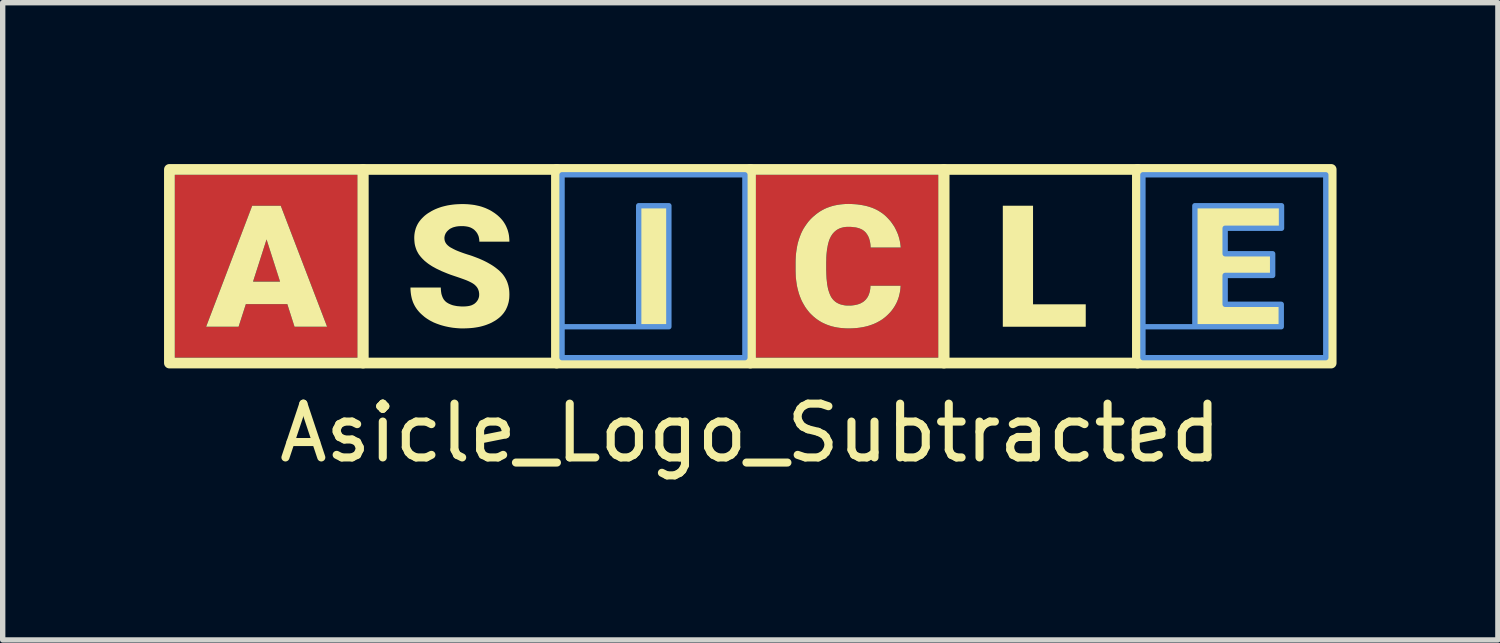
<source format=kicad_pcb>
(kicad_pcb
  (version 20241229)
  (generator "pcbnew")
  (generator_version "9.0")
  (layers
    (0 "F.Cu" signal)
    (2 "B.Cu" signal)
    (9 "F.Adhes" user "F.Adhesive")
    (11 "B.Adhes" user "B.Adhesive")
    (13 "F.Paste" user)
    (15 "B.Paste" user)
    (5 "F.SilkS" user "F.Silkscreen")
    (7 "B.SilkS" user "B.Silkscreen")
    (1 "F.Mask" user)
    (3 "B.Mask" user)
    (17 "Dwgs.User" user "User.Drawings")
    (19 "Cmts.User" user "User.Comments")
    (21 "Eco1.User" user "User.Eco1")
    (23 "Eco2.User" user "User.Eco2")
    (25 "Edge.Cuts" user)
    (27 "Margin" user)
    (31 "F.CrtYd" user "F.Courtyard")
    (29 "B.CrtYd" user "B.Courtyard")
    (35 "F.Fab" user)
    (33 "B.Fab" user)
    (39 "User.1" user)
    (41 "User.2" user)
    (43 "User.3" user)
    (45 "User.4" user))
  (footprint "Asicle_Logo_Subtracted"
    (layer "F.Cu")
    (at 10.9 2)
    (property "Reference" "Asicle_Logo_Subtracted" (at 0 3 0) (layer "F.SilkS") (effects (font (size 1 1) (thickness 0.15))))
    (fp_rect (start -10.8 -1.9) (end 10.8 1.7) (stroke (width 0.05) (type default)) (fill no) (layer "F.Cu"))
    (fp_poly (pts (xy -8.742 0.185) (xy -9.244 0.185) (xy -8.994 -0.598)) (stroke (width 0) (type solid)) (fill yes) (layer "F.Cu"))
    (fp_poly (pts (xy -7.3 1.6) (xy -10.7 1.6) (xy -10.7 1.025) (xy -10.118 1.025) (xy -9.514 1.025) (xy -9.379 0.605) (xy -8.608 0.605) (xy -8.473 1.025) (xy -7.868 1.025) (xy -8.73 -1.225) (xy -9.26 -1.225) (xy -10.118 1.025) (xy -10.7 1.025) (xy -10.7 -1.8) (xy -7.3 -1.8)) (stroke (width 0) (type solid)) (fill yes) (layer "F.Cu"))
    (fp_poly (pts (xy 3.5 1.6) (xy 0.1 1.6) (xy 0.1 -0.014) (xy 0.842 -0.014) (xy 0.844 0.047) (xy 0.848 0.107) (xy 0.853 0.165) (xy 0.861 0.221) (xy 0.871 0.275) (xy 0.882 0.328) (xy 0.896 0.379) (xy 0.912 0.429) (xy 0.929 0.477) (xy 0.949 0.524) (xy 0.97 0.568) (xy 0.994 0.612) (xy 1.019 0.653) (xy 1.047 0.693) (xy 1.076 0.732) (xy 1.108 0.768) (xy 1.141 0.803) (xy 1.176 0.836) (xy 1.212 0.866) (xy 1.25 0.894) (xy 1.29 0.92) (xy 1.331 0.943) (xy 1.374 0.965) (xy 1.418 0.984) (xy 1.464 1.001) (xy 1.512 1.015) (xy 1.561 1.028) (xy 1.612 1.038) (xy 1.664 1.046) (xy 1.718 1.051) (xy 1.774 1.055) (xy 1.831 1.056) (xy 1.884 1.055) (xy 1.936 1.052) (xy 1.986 1.048) (xy 2.035 1.042) (xy 2.083 1.034) (xy 2.13 1.025) (xy 2.175 1.014) (xy 2.219 1.001) (xy 2.261 0.986) (xy 2.302 0.97) (xy 2.342 0.952) (xy 2.38 0.932) (xy 2.417 0.911) (xy 2.453 0.887) (xy 2.487 0.863) (xy 2.52 0.836) (xy 2.551 0.808) (xy 2.581 0.779) (xy 2.608 0.749) (xy 2.634 0.718) (xy 2.658 0.686) (xy 2.68 0.653) (xy 2.7 0.618) (xy 2.718 0.583) (xy 2.734 0.547) (xy 2.748 0.509) (xy 2.761 0.471) (xy 2.772 0.431) (xy 2.78 0.391) (xy 2.787 0.349) (xy 2.792 0.307) (xy 2.795 0.263) (xy 2.235 0.263) (xy 2.232 0.307) (xy 2.229 0.329) (xy 2.226 0.349) (xy 2.222 0.369) (xy 2.217 0.388) (xy 2.212 0.406) (xy 2.205 0.424) (xy 2.198 0.441) (xy 2.19 0.457) (xy 2.182 0.472) (xy 2.173 0.487) (xy 2.163 0.501) (xy 2.152 0.514) (xy 2.14 0.527) (xy 2.128 0.539) (xy 2.115 0.55) (xy 2.101 0.56) (xy 2.087 0.57) (xy 2.072 0.579) (xy 2.056 0.587) (xy 2.039 0.595) (xy 2.021 0.602) (xy 2.003 0.608) (xy 1.984 0.613) (xy 1.964 0.618) (xy 1.944 0.622) (xy 1.923 0.625) (xy 1.878 0.629) (xy 1.831 0.631) (xy 1.803 0.63) (xy 1.775 0.628) (xy 1.749 0.625) (xy 1.737 0.623) (xy 1.725 0.621) (xy 1.712 0.619) (xy 1.701 0.616) (xy 1.689 0.613) (xy 1.678 0.609) (xy 1.667 0.605) (xy 1.656 0.601) (xy 1.645 0.597) (xy 1.635 0.592) (xy 1.625 0.587) (xy 1.616 0.582) (xy 1.606 0.576) (xy 1.597 0.571) (xy 1.588 0.564) (xy 1.579 0.558) (xy 1.571 0.551) (xy 1.563 0.544) (xy 1.555 0.537) (xy 1.547 0.529) (xy 1.54 0.521) (xy 1.533 0.513) (xy 1.526 0.504) (xy 1.519 0.495) (xy 1.513 0.486) (xy 1.507 0.476) (xy 1.496 0.456) (xy 1.485 0.434) (xy 1.475 0.411) (xy 1.466 0.386) (xy 1.457 0.359) (xy 1.45 0.331) (xy 1.443 0.301) (xy 1.436 0.27) (xy 1.431 0.237) (xy 1.426 0.202) (xy 1.422 0.166) (xy 1.418 0.128) (xy 1.416 0.089) (xy 1.414 0.048) (xy 1.413 -0.038) (xy 1.413 -0.176) (xy 1.413 -0.219) (xy 1.415 -0.261) (xy 1.417 -0.301) (xy 1.42 -0.339) (xy 1.423 -0.376) (xy 1.428 -0.412) (xy 1.433 -0.446) (xy 1.439 -0.478) (xy 1.446 -0.509) (xy 1.453 -0.538) (xy 1.462 -0.565) (xy 1.471 -0.591) (xy 1.481 -0.616) (xy 1.491 -0.639) (xy 1.503 -0.66) (xy 1.515 -0.68) (xy 1.528 -0.698) (xy 1.542 -0.716) (xy 1.557 -0.732) (xy 1.572 -0.747) (xy 1.588 -0.76) (xy 1.606 -0.773) (xy 1.624 -0.784) (xy 1.642 -0.794) (xy 1.662 -0.803) (xy 1.683 -0.811) (xy 1.704 -0.818) (xy 1.726 -0.823) (xy 1.749 -0.827) (xy 1.773 -0.83) (xy 1.797 -0.832) (xy 1.823 -0.833) (xy 1.85 -0.832) (xy 1.877 -0.831) (xy 1.902 -0.829) (xy 1.927 -0.827) (xy 1.95 -0.823) (xy 1.972 -0.819) (xy 1.994 -0.814) (xy 2.014 -0.808) (xy 2.033 -0.802) (xy 2.051 -0.795) (xy 2.069 -0.787) (xy 2.085 -0.778) (xy 2.1 -0.769) (xy 2.114 -0.758) (xy 2.127 -0.747) (xy 2.139 -0.735) (xy 2.15 -0.723) (xy 2.161 -0.71) (xy 2.17 -0.696) (xy 2.18 -0.681) (xy 2.188 -0.666) (xy 2.196 -0.649) (xy 2.203 -0.633) (xy 2.21 -0.615) (xy 2.216 -0.597) (xy 2.221 -0.578) (xy 2.225 -0.558) (xy 2.229 -0.537) (xy 2.232 -0.516) (xy 2.235 -0.494) (xy 2.237 -0.472) (xy 2.238 -0.448) (xy 2.799 -0.448) (xy 2.794 -0.492) (xy 2.787 -0.534) (xy 2.779 -0.575) (xy 2.769 -0.616) (xy 2.758 -0.655) (xy 2.745 -0.694) (xy 2.73 -0.732) (xy 2.714 -0.768) (xy 2.696 -0.804) (xy 2.676 -0.839) (xy 2.655 -0.873) (xy 2.632 -0.905) (xy 2.607 -0.937) (xy 2.581 -0.968) (xy 2.553 -0.998) (xy 2.523 -1.027) (xy 2.492 -1.055) (xy 2.459 -1.081) (xy 2.424 -1.106) (xy 2.388 -1.128) (xy 2.35 -1.149) (xy 2.31 -1.168) (xy 2.269 -1.185) (xy 2.226 -1.2) (xy 2.182 -1.214) (xy 2.135 -1.225) (xy 2.088 -1.235) (xy 2.038 -1.243) (xy 1.987 -1.25) (xy 1.934 -1.254) (xy 1.879 -1.257) (xy 1.823 -1.258) (xy 1.823 -1.258) (xy 1.768 -1.257) (xy 1.715 -1.253) (xy 1.663 -1.247) (xy 1.612 -1.239) (xy 1.563 -1.229) (xy 1.515 -1.216) (xy 1.468 -1.201) (xy 1.423 -1.184) (xy 1.379 -1.164) (xy 1.336 -1.142) (xy 1.295 -1.118) (xy 1.255 -1.092) (xy 1.217 -1.063) (xy 1.18 -1.032) (xy 1.144 -0.998) (xy 1.11 -0.962) (xy 1.077 -0.925) (xy 1.047 -0.886) (xy 1.019 -0.845) (xy 0.993 -0.802) (xy 0.969 -0.758) (xy 0.947 -0.712) (xy 0.927 -0.664) (xy 0.909 -0.615) (xy 0.893 -0.564) (xy 0.88 -0.511) (xy 0.868 -0.457) (xy 0.859 -0.401) (xy 0.851 -0.343) (xy 0.846 -0.284) (xy 0.843 -0.223) (xy 0.842 -0.16) (xy 0.842 -0.014) (xy 0.1 -0.014) (xy 0.1 -1.8) (xy 3.5 -1.8)) (stroke (width 0) (type solid)) (fill yes) (layer "F.Cu"))
    (fp_poly (pts (xy 7.1 1.6) (xy 3.7 1.6) (xy 3.7 -1.225) (xy 4.695 -1.225) (xy 4.695 1.025) (xy 6.237 1.025) (xy 6.237 0.608) (xy 5.258 0.608) (xy 5.258 -1.225) (xy 4.695 -1.225) (xy 3.7 -1.225) (xy 3.7 -1.8) (xy 7.1 -1.8)) (stroke (width 0) (type solid)) (fill yes) (layer "F.Mask"))
    (fp_poly (pts (xy 3.5 1.6) (xy 0.1 1.6) (xy 0.1 -0.014) (xy 0.842 -0.014) (xy 0.844 0.047) (xy 0.848 0.107) (xy 0.853 0.165) (xy 0.861 0.221) (xy 0.871 0.275) (xy 0.882 0.328) (xy 0.896 0.379) (xy 0.912 0.429) (xy 0.929 0.477) (xy 0.949 0.524) (xy 0.97 0.568) (xy 0.994 0.612) (xy 1.019 0.653) (xy 1.047 0.693) (xy 1.076 0.732) (xy 1.108 0.768) (xy 1.141 0.803) (xy 1.176 0.836) (xy 1.212 0.866) (xy 1.25 0.894) (xy 1.29 0.92) (xy 1.331 0.943) (xy 1.374 0.965) (xy 1.418 0.984) (xy 1.464 1.001) (xy 1.512 1.015) (xy 1.561 1.028) (xy 1.612 1.038) (xy 1.664 1.046) (xy 1.718 1.051) (xy 1.774 1.055) (xy 1.831 1.056) (xy 1.884 1.055) (xy 1.936 1.052) (xy 1.986 1.048) (xy 2.035 1.042) (xy 2.083 1.034) (xy 2.13 1.025) (xy 2.175 1.014) (xy 2.219 1.001) (xy 2.261 0.986) (xy 2.302 0.97) (xy 2.342 0.952) (xy 2.38 0.932) (xy 2.417 0.911) (xy 2.453 0.887) (xy 2.487 0.863) (xy 2.52 0.836) (xy 2.551 0.808) (xy 2.581 0.779) (xy 2.608 0.749) (xy 2.634 0.718) (xy 2.658 0.686) (xy 2.68 0.653) (xy 2.7 0.618) (xy 2.718 0.583) (xy 2.734 0.547) (xy 2.748 0.509) (xy 2.761 0.471) (xy 2.772 0.431) (xy 2.78 0.391) (xy 2.787 0.349) (xy 2.792 0.307) (xy 2.795 0.263) (xy 2.235 0.263) (xy 2.232 0.307) (xy 2.229 0.329) (xy 2.226 0.349) (xy 2.222 0.369) (xy 2.217 0.388) (xy 2.212 0.406) (xy 2.205 0.424) (xy 2.198 0.441) (xy 2.19 0.457) (xy 2.182 0.472) (xy 2.173 0.487) (xy 2.163 0.501) (xy 2.152 0.514) (xy 2.14 0.527) (xy 2.128 0.539) (xy 2.115 0.55) (xy 2.101 0.56) (xy 2.087 0.57) (xy 2.072 0.579) (xy 2.056 0.587) (xy 2.039 0.595) (xy 2.021 0.602) (xy 2.003 0.608) (xy 1.984 0.613) (xy 1.964 0.618) (xy 1.944 0.622) (xy 1.923 0.625) (xy 1.878 0.629) (xy 1.831 0.631) (xy 1.803 0.63) (xy 1.775 0.628) (xy 1.749 0.625) (xy 1.737 0.623) (xy 1.725 0.621) (xy 1.712 0.619) (xy 1.701 0.616) (xy 1.689 0.613) (xy 1.678 0.609) (xy 1.667 0.605) (xy 1.656 0.601) (xy 1.645 0.597) (xy 1.635 0.592) (xy 1.625 0.587) (xy 1.616 0.582) (xy 1.606 0.576) (xy 1.597 0.571) (xy 1.588 0.564) (xy 1.579 0.558) (xy 1.571 0.551) (xy 1.563 0.544) (xy 1.555 0.537) (xy 1.547 0.529) (xy 1.54 0.521) (xy 1.533 0.513) (xy 1.526 0.504) (xy 1.519 0.495) (xy 1.513 0.486) (xy 1.507 0.476) (xy 1.496 0.456) (xy 1.485 0.434) (xy 1.475 0.411) (xy 1.466 0.386) (xy 1.457 0.359) (xy 1.45 0.331) (xy 1.443 0.301) (xy 1.436 0.27) (xy 1.431 0.237) (xy 1.426 0.202) (xy 1.422 0.166) (xy 1.418 0.128) (xy 1.416 0.089) (xy 1.414 0.048) (xy 1.413 -0.038) (xy 1.413 -0.176) (xy 1.413 -0.219) (xy 1.415 -0.261) (xy 1.417 -0.301) (xy 1.42 -0.339) (xy 1.423 -0.376) (xy 1.428 -0.412) (xy 1.433 -0.446) (xy 1.439 -0.478) (xy 1.446 -0.509) (xy 1.453 -0.538) (xy 1.462 -0.565) (xy 1.471 -0.591) (xy 1.481 -0.616) (xy 1.491 -0.639) (xy 1.503 -0.66) (xy 1.515 -0.68) (xy 1.528 -0.698) (xy 1.542 -0.716) (xy 1.557 -0.732) (xy 1.572 -0.747) (xy 1.588 -0.76) (xy 1.606 -0.773) (xy 1.624 -0.784) (xy 1.642 -0.794) (xy 1.662 -0.803) (xy 1.683 -0.811) (xy 1.704 -0.818) (xy 1.726 -0.823) (xy 1.749 -0.827) (xy 1.773 -0.83) (xy 1.797 -0.832) (xy 1.823 -0.833) (xy 1.85 -0.832) (xy 1.877 -0.831) (xy 1.902 -0.829) (xy 1.927 -0.827) (xy 1.95 -0.823) (xy 1.972 -0.819) (xy 1.994 -0.814) (xy 2.014 -0.808) (xy 2.033 -0.802) (xy 2.051 -0.795) (xy 2.069 -0.787) (xy 2.085 -0.778) (xy 2.1 -0.769) (xy 2.114 -0.758) (xy 2.127 -0.747) (xy 2.139 -0.735) (xy 2.15 -0.723) (xy 2.161 -0.71) (xy 2.17 -0.696) (xy 2.18 -0.681) (xy 2.188 -0.666) (xy 2.196 -0.649) (xy 2.203 -0.633) (xy 2.21 -0.615) (xy 2.216 -0.597) (xy 2.221 -0.578) (xy 2.225 -0.558) (xy 2.229 -0.537) (xy 2.232 -0.516) (xy 2.235 -0.494) (xy 2.237 -0.472) (xy 2.238 -0.448) (xy 2.799 -0.448) (xy 2.794 -0.492) (xy 2.787 -0.534) (xy 2.779 -0.575) (xy 2.769 -0.616) (xy 2.758 -0.655) (xy 2.745 -0.694) (xy 2.73 -0.732) (xy 2.714 -0.768) (xy 2.696 -0.804) (xy 2.676 -0.839) (xy 2.655 -0.873) (xy 2.632 -0.905) (xy 2.607 -0.937) (xy 2.581 -0.968) (xy 2.553 -0.998) (xy 2.523 -1.027) (xy 2.492 -1.055) (xy 2.459 -1.081) (xy 2.424 -1.106) (xy 2.388 -1.128) (xy 2.35 -1.149) (xy 2.31 -1.168) (xy 2.269 -1.185) (xy 2.226 -1.2) (xy 2.182 -1.214) (xy 2.135 -1.225) (xy 2.088 -1.235) (xy 2.038 -1.243) (xy 1.987 -1.25) (xy 1.934 -1.254) (xy 1.879 -1.257) (xy 1.823 -1.258) (xy 1.823 -1.258) (xy 1.768 -1.257) (xy 1.715 -1.253) (xy 1.663 -1.247) (xy 1.612 -1.239) (xy 1.563 -1.229) (xy 1.515 -1.216) (xy 1.468 -1.201) (xy 1.423 -1.184) (xy 1.379 -1.164) (xy 1.336 -1.142) (xy 1.295 -1.118) (xy 1.255 -1.092) (xy 1.217 -1.063) (xy 1.18 -1.032) (xy 1.144 -0.998) (xy 1.11 -0.962) (xy 1.077 -0.925) (xy 1.047 -0.886) (xy 1.019 -0.845) (xy 0.993 -0.802) (xy 0.969 -0.758) (xy 0.947 -0.712) (xy 0.927 -0.664) (xy 0.909 -0.615) (xy 0.893 -0.564) (xy 0.88 -0.511) (xy 0.868 -0.457) (xy 0.859 -0.401) (xy 0.851 -0.343) (xy 0.846 -0.284) (xy 0.843 -0.223) (xy 0.842 -0.16) (xy 0.842 -0.014) (xy 0.1 -0.014) (xy 0.1 -1.8) (xy 3.5 -1.8)) (stroke (width 0) (type solid)) (fill yes) (layer "F.Mask"))
    (fp_poly (pts (xy -3.7 1.6) (xy -7.1 1.6) (xy -7.1 0.296) (xy -6.318 0.296) (xy -6.318 0.329) (xy -6.316 0.361) (xy -6.313 0.392) (xy -6.309 0.422) (xy -6.304 0.452) (xy -6.298 0.481) (xy -6.291 0.51) (xy -6.282 0.537) (xy -6.273 0.564) (xy -6.262 0.59) (xy -6.25 0.615) (xy -6.237 0.639) (xy -6.223 0.663) (xy -6.208 0.686) (xy -6.191 0.708) (xy -6.174 0.73) (xy -6.156 0.75) (xy -6.137 0.77) (xy -6.117 0.79) (xy -6.097 0.808) (xy -6.076 0.826) (xy -6.054 0.844) (xy -6.032 0.86) (xy -6.01 0.876) (xy -5.986 0.891) (xy -5.962 0.906) (xy -5.937 0.919) (xy -5.912 0.932) (xy -5.886 0.945) (xy -5.86 0.956) (xy -5.833 0.967) (xy -5.805 0.977) (xy -5.749 0.996) (xy -5.692 1.012) (xy -5.635 1.025) (xy -5.577 1.036) (xy -5.518 1.045) (xy -5.46 1.051) (xy -5.4 1.055) (xy -5.34 1.056) (xy -5.292 1.055) (xy -5.245 1.053) (xy -5.199 1.05) (xy -5.155 1.046) (xy -5.111 1.04) (xy -5.069 1.033) (xy -5.028 1.024) (xy -4.988 1.015) (xy -4.95 1.004) (xy -4.913 0.992) (xy -4.876 0.978) (xy -4.842 0.964) (xy -4.808 0.948) (xy -4.775 0.93) (xy -4.744 0.912) (xy -4.714 0.892) (xy -4.686 0.871) (xy -4.659 0.849) (xy -4.634 0.826) (xy -4.611 0.801) (xy -4.59 0.776) (xy -4.571 0.749) (xy -4.553 0.722) (xy -4.537 0.693) (xy -4.524 0.663) (xy -4.512 0.632) (xy -4.501 0.6) (xy -4.493 0.567) (xy -4.487 0.533) (xy -4.482 0.498) (xy -4.479 0.461) (xy -4.478 0.424) (xy -4.479 0.389) (xy -4.482 0.355) (xy -4.486 0.321) (xy -4.491 0.289) (xy -4.498 0.257) (xy -4.507 0.226) (xy -4.518 0.197) (xy -4.53 0.168) (xy -4.543 0.14) (xy -4.559 0.113) (xy -4.575 0.086) (xy -4.594 0.061) (xy -4.614 0.036) (xy -4.636 0.013) (xy -4.659 -0.01) (xy -4.684 -0.032) (xy -4.71 -0.053) (xy -4.737 -0.074) (xy -4.766 -0.095) (xy -4.796 -0.115) (xy -4.827 -0.134) (xy -4.86 -0.153) (xy -4.894 -0.172) (xy -4.929 -0.19) (xy -4.966 -0.208) (xy -5.004 -0.225) (xy -5.043 -0.242) (xy -5.083 -0.258) (xy -5.125 -0.274) (xy -5.168 -0.29) (xy -5.259 -0.319) (xy -5.308 -0.335) (xy -5.354 -0.351) (xy -5.397 -0.367) (xy -5.438 -0.383) (xy -5.475 -0.399) (xy -5.511 -0.416) (xy -5.543 -0.433) (xy -5.558 -0.441) (xy -5.573 -0.449) (xy -5.587 -0.458) (xy -5.6 -0.467) (xy -5.612 -0.477) (xy -5.623 -0.486) (xy -5.633 -0.496) (xy -5.642 -0.506) (xy -5.651 -0.516) (xy -5.658 -0.527) (xy -5.665 -0.538) (xy -5.671 -0.549) (xy -5.676 -0.56) (xy -5.68 -0.571) (xy -5.683 -0.583) (xy -5.685 -0.595) (xy -5.686 -0.607) (xy -5.687 -0.619) (xy -5.686 -0.631) (xy -5.685 -0.642) (xy -5.684 -0.653) (xy -5.682 -0.664) (xy -5.679 -0.675) (xy -5.675 -0.685) (xy -5.671 -0.696) (xy -5.666 -0.706) (xy -5.661 -0.715) (xy -5.655 -0.725) (xy -5.648 -0.735) (xy -5.641 -0.744) (xy -5.633 -0.753) (xy -5.624 -0.762) (xy -5.615 -0.77) (xy -5.605 -0.779) (xy -5.594 -0.787) (xy -5.583 -0.795) (xy -5.572 -0.802) (xy -5.559 -0.808) (xy -5.546 -0.814) (xy -5.533 -0.82) (xy -5.518 -0.825) (xy -5.503 -0.83) (xy -5.488 -0.833) (xy -5.472 -0.837) (xy -5.455 -0.84) (xy -5.438 -0.842) (xy -5.42 -0.844) (xy -5.401 -0.845) (xy -5.382 -0.846) (xy -5.363 -0.846) (xy -5.343 -0.846) (xy -5.323 -0.845) (xy -5.304 -0.844) (xy -5.286 -0.841) (xy -5.269 -0.838) (xy -5.252 -0.835) (xy -5.236 -0.831) (xy -5.22 -0.826) (xy -5.205 -0.821) (xy -5.191 -0.815) (xy -5.177 -0.808) (xy -5.164 -0.801) (xy -5.152 -0.793) (xy -5.141 -0.784) (xy -5.13 -0.775) (xy -5.119 -0.765) (xy -5.109 -0.754) (xy -5.1 -0.744) (xy -5.091 -0.733) (xy -5.083 -0.722) (xy -5.076 -0.71) (xy -5.069 -0.698) (xy -5.063 -0.685) (xy -5.058 -0.673) (xy -5.053 -0.66) (xy -5.049 -0.646) (xy -5.046 -0.632) (xy -5.043 -0.618) (xy -5.04 -0.603) (xy -5.039 -0.588) (xy -5.038 -0.573) (xy -5.038 -0.557) (xy -4.478 -0.557) (xy -4.479 -0.597) (xy -4.482 -0.635) (xy -4.487 -0.672) (xy -4.494 -0.709) (xy -4.502 -0.744) (xy -4.513 -0.778) (xy -4.525 -0.812) (xy -4.54 -0.844) (xy -4.556 -0.875) (xy -4.574 -0.905) (xy -4.594 -0.935) (xy -4.616 -0.963) (xy -4.64 -0.99) (xy -4.666 -1.016) (xy -4.694 -1.042) (xy -4.723 -1.066) (xy -4.754 -1.089) (xy -4.786 -1.111) (xy -4.82 -1.131) (xy -4.854 -1.149) (xy -4.889 -1.166) (xy -4.926 -1.182) (xy -4.963 -1.196) (xy -5.002 -1.209) (xy -5.042 -1.22) (xy -5.083 -1.229) (xy -5.124 -1.238) (xy -5.167 -1.244) (xy -5.211 -1.249) (xy -5.257 -1.253) (xy -5.303 -1.255) (xy -5.35 -1.256) (xy -5.35 -1.256) (xy -5.398 -1.255) (xy -5.445 -1.253) (xy -5.491 -1.25) (xy -5.536 -1.245) (xy -5.58 -1.239) (xy -5.622 -1.232) (xy -5.664 -1.223) (xy -5.705 -1.213) (xy -5.744 -1.202) (xy -5.783 -1.189) (xy -5.82 -1.175) (xy -5.857 -1.16) (xy -5.892 -1.143) (xy -5.927 -1.125) (xy -5.96 -1.105) (xy -5.993 -1.085) (xy -6.023 -1.063) (xy -6.052 -1.04) (xy -6.079 -1.016) (xy -6.104 -0.991) (xy -6.127 -0.966) (xy -6.148 -0.939) (xy -6.167 -0.912) (xy -6.184 -0.884) (xy -6.199 -0.854) (xy -6.212 -0.824) (xy -6.222 -0.793) (xy -6.231 -0.761) (xy -6.238 -0.728) (xy -6.243 -0.695) (xy -6.246 -0.66) (xy -6.247 -0.624) (xy -6.247 -0.601) (xy -6.246 -0.579) (xy -6.244 -0.557) (xy -6.242 -0.536) (xy -6.238 -0.514) (xy -6.234 -0.494) (xy -6.23 -0.473) (xy -6.224 -0.454) (xy -6.218 -0.434) (xy -6.211 -0.415) (xy -6.203 -0.396) (xy -6.195 -0.378) (xy -6.186 -0.361) (xy -6.176 -0.343) (xy -6.166 -0.326) (xy -6.154 -0.31) (xy -6.142 -0.294) (xy -6.129 -0.278) (xy -6.116 -0.262) (xy -6.102 -0.247) (xy -6.087 -0.232) (xy -6.072 -0.217) (xy -6.056 -0.202) (xy -6.04 -0.188) (xy -6.023 -0.174) (xy -6.005 -0.16) (xy -5.986 -0.146) (xy -5.967 -0.133) (xy -5.948 -0.12) (xy -5.928 -0.107) (xy -5.907 -0.094) (xy -5.885 -0.082) (xy -5.84 -0.057) (xy -5.792 -0.034) (xy -5.741 -0.01) (xy -5.688 0.012) (xy -5.633 0.035) (xy -5.575 0.057) (xy -5.514 0.078) (xy -5.451 0.099) (xy -5.419 0.11) (xy -5.389 0.12) (xy -5.361 0.13) (xy -5.333 0.139) (xy -5.308 0.149) (xy -5.283 0.159) (xy -5.26 0.169) (xy -5.239 0.178) (xy -5.219 0.188) (xy -5.2 0.197) (xy -5.183 0.206) (xy -5.167 0.215) (xy -5.152 0.224) (xy -5.139 0.233) (xy -5.128 0.242) (xy -5.118 0.251) (xy -5.108 0.26) (xy -5.1 0.269) (xy -5.092 0.278) (xy -5.084 0.288) (xy -5.077 0.298) (xy -5.071 0.308) (xy -5.065 0.319) (xy -5.06 0.33) (xy -5.055 0.341) (xy -5.052 0.352) (xy -5.048 0.364) (xy -5.046 0.376) (xy -5.043 0.388) (xy -5.042 0.401) (xy -5.041 0.414) (xy -5.041 0.427) (xy -5.041 0.438) (xy -5.042 0.449) (xy -5.043 0.46) (xy -5.045 0.471) (xy -5.048 0.481) (xy -5.051 0.492) (xy -5.054 0.502) (xy -5.058 0.512) (xy -5.063 0.521) (xy -5.068 0.531) (xy -5.074 0.54) (xy -5.081 0.549) (xy -5.088 0.558) (xy -5.095 0.566) (xy -5.103 0.575) (xy -5.111 0.583) (xy -5.12 0.591) (xy -5.13 0.598) (xy -5.141 0.605) (xy -5.152 0.611) (xy -5.163 0.617) (xy -5.176 0.623) (xy -5.189 0.627) (xy -5.203 0.632) (xy -5.218 0.636) (xy -5.233 0.639) (xy -5.249 0.642) (xy -5.266 0.644) (xy -5.284 0.646) (xy -5.302 0.647) (xy -5.321 0.648) (xy -5.34 0.648) (xy -5.365 0.648) (xy -5.389 0.647) (xy -5.412 0.645) (xy -5.434 0.643) (xy -5.456 0.641) (xy -5.477 0.637) (xy -5.497 0.633) (xy -5.516 0.629) (xy -5.535 0.624) (xy -5.553 0.618) (xy -5.57 0.611) (xy -5.587 0.604) (xy -5.603 0.597) (xy -5.618 0.589) (xy -5.633 0.58) (xy -5.646 0.571) (xy -5.659 0.56) (xy -5.672 0.549) (xy -5.683 0.537) (xy -5.693 0.524) (xy -5.703 0.511) (xy -5.712 0.496) (xy -5.72 0.48) (xy -5.727 0.463) (xy -5.733 0.446) (xy -5.739 0.427) (xy -5.743 0.408) (xy -5.747 0.387) (xy -5.75 0.366) (xy -5.752 0.343) (xy -5.753 0.32) (xy -5.754 0.296) (xy -6.318 0.296) (xy -7.1 0.296) (xy -7.1 -1.8) (xy -3.7 -1.8)) (stroke (width 0) (type solid)) (fill yes) (layer "F.Mask"))
    (fp_rect (start -10.8 -1.9) (end -7.2 1.7) (stroke (width 0.2) (type default)) (fill no) (layer "F.SilkS"))
    (fp_rect (start -7.2 -1.9) (end -3.6 1.7) (stroke (width 0.2) (type default)) (fill no) (layer "F.SilkS"))
    (fp_rect (start -3.6 -1.9) (end 0 1.7) (stroke (width 0.2) (type default)) (fill no) (layer "F.SilkS"))
    (fp_rect (start 0 -1.9) (end 3.6 1.7) (stroke (width 0.2) (type default)) (fill no) (layer "F.SilkS"))
    (fp_rect (start 3.6 -1.9) (end 7.2 1.7) (stroke (width 0.2) (type default)) (fill no) (layer "F.SilkS"))
    (fp_rect (start 7.2 -1.9) (end 10.8 1.7) (stroke (width 0.2) (type default)) (fill no) (layer "F.SilkS"))
    (fp_poly (pts (xy -1.514 1.025) (xy -2.075 1.025) (xy -2.075 -1.225) (xy -1.514 -1.225)) (stroke (width 0) (type solid)) (fill yes) (layer "F.SilkS"))
    (fp_poly (pts (xy 5.257 0.608) (xy 6.237 0.608) (xy 6.237 1.025) (xy 4.695 1.025) (xy 4.695 -1.225) (xy 5.257 -1.225)) (stroke (width 0) (type solid)) (fill yes) (layer "F.SilkS"))
    (fp_poly (pts (xy 9.877 -0.806) (xy 8.828 -0.806) (xy 8.828 -0.332) (xy 9.711 -0.332) (xy 9.711 0.071) (xy 8.828 0.071) (xy 8.828 0.608) (xy 9.872 0.608) (xy 9.872 1.025) (xy 8.266 1.025) (xy 8.266 -1.225) (xy 9.877 -1.225)) (stroke (width 0) (type solid)) (fill yes) (layer "F.SilkS"))
    (fp_poly (pts (xy -7.868 1.025) (xy -8.474 1.025) (xy -8.608 0.605) (xy -9.379 0.605) (xy -9.514 1.025) (xy -10.118 1.025) (xy -9.798 0.186) (xy -9.245 0.186) (xy -8.743 0.186) (xy -8.994 -0.598) (xy -9.245 0.186) (xy -9.798 0.186) (xy -9.261 -1.225) (xy -8.73 -1.225)) (stroke (width 0) (type solid)) (fill yes) (layer "F.SilkS"))
    (fp_poly (pts (xy 1.879 -1.257) (xy 1.933 -1.254) (xy 1.986 -1.25) (xy 2.038 -1.243) (xy 2.087 -1.235) (xy 2.135 -1.225) (xy 2.181 -1.214) (xy 2.226 -1.2) (xy 2.269 -1.185) (xy 2.31 -1.168) (xy 2.35 -1.149) (xy 2.388 -1.128) (xy 2.424 -1.105) (xy 2.459 -1.081) (xy 2.492 -1.055) (xy 2.523 -1.027) (xy 2.552 -0.998) (xy 2.58 -0.968) (xy 2.607 -0.937) (xy 2.631 -0.905) (xy 2.654 -0.872) (xy 2.676 -0.839) (xy 2.695 -0.804) (xy 2.713 -0.768) (xy 2.73 -0.731) (xy 2.745 -0.694) (xy 2.758 -0.655) (xy 2.769 -0.616) (xy 2.779 -0.575) (xy 2.787 -0.534) (xy 2.793 -0.491) (xy 2.798 -0.448) (xy 2.238 -0.448) (xy 2.236 -0.471) (xy 2.235 -0.494) (xy 2.232 -0.516) (xy 2.229 -0.537) (xy 2.225 -0.558) (xy 2.221 -0.577) (xy 2.215 -0.596) (xy 2.21 -0.615) (xy 2.203 -0.632) (xy 2.196 -0.649) (xy 2.188 -0.665) (xy 2.179 -0.681) (xy 2.17 -0.695) (xy 2.16 -0.709) (xy 2.15 -0.723) (xy 2.138 -0.735) (xy 2.126 -0.747) (xy 2.113 -0.758) (xy 2.099 -0.768) (xy 2.084 -0.778) (xy 2.068 -0.787) (xy 2.051 -0.794) (xy 2.033 -0.802) (xy 2.014 -0.808) (xy 1.993 -0.814) (xy 1.972 -0.819) (xy 1.95 -0.823) (xy 1.926 -0.826) (xy 1.902 -0.829) (xy 1.877 -0.831) (xy 1.85 -0.832) (xy 1.823 -0.832) (xy 1.797 -0.832) (xy 1.773 -0.83) (xy 1.749 -0.827) (xy 1.726 -0.823) (xy 1.704 -0.817) (xy 1.693 -0.814) (xy 1.682 -0.811) (xy 1.672 -0.807) (xy 1.662 -0.803) (xy 1.652 -0.799) (xy 1.642 -0.794) (xy 1.633 -0.789) (xy 1.623 -0.784) (xy 1.614 -0.778) (xy 1.605 -0.773) (xy 1.597 -0.766) (xy 1.588 -0.76) (xy 1.58 -0.753) (xy 1.572 -0.746) (xy 1.564 -0.739) (xy 1.556 -0.731) (xy 1.549 -0.723) (xy 1.542 -0.715) (xy 1.534 -0.707) (xy 1.528 -0.698) (xy 1.521 -0.689) (xy 1.515 -0.679) (xy 1.502 -0.66) (xy 1.491 -0.638) (xy 1.48 -0.616) (xy 1.47 -0.591) (xy 1.461 -0.565) (xy 1.453 -0.538) (xy 1.445 -0.508) (xy 1.439 -0.478) (xy 1.433 -0.445) (xy 1.427 -0.412) (xy 1.423 -0.376) (xy 1.419 -0.339) (xy 1.416 -0.301) (xy 1.414 -0.261) (xy 1.412 -0.176) (xy 1.412 -0.038) (xy 1.413 0.006) (xy 1.414 0.048) (xy 1.416 0.089) (xy 1.418 0.129) (xy 1.422 0.166) (xy 1.426 0.202) (xy 1.43 0.237) (xy 1.436 0.27) (xy 1.442 0.301) (xy 1.449 0.331) (xy 1.457 0.359) (xy 1.466 0.386) (xy 1.475 0.411) (xy 1.485 0.434) (xy 1.495 0.456) (xy 1.507 0.477) (xy 1.519 0.495) (xy 1.533 0.513) (xy 1.547 0.529) (xy 1.563 0.544) (xy 1.579 0.558) (xy 1.597 0.571) (xy 1.615 0.582) (xy 1.635 0.592) (xy 1.656 0.602) (xy 1.677 0.609) (xy 1.7 0.616) (xy 1.724 0.621) (xy 1.749 0.626) (xy 1.775 0.629) (xy 1.802 0.631) (xy 1.83 0.631) (xy 1.855 0.631) (xy 1.878 0.63) (xy 1.901 0.628) (xy 1.923 0.625) (xy 1.944 0.622) (xy 1.964 0.618) (xy 1.984 0.613) (xy 2.003 0.608) (xy 2.021 0.602) (xy 2.039 0.595) (xy 2.055 0.588) (xy 2.071 0.579) (xy 2.087 0.57) (xy 2.101 0.561) (xy 2.115 0.55) (xy 2.128 0.539) (xy 2.14 0.527) (xy 2.152 0.515) (xy 2.162 0.501) (xy 2.172 0.487) (xy 2.182 0.473) (xy 2.19 0.457) (xy 2.198 0.441) (xy 2.205 0.424) (xy 2.211 0.406) (xy 2.217 0.388) (xy 2.222 0.369) (xy 2.226 0.349) (xy 2.229 0.329) (xy 2.232 0.308) (xy 2.233 0.286) (xy 2.234 0.263) (xy 2.795 0.263) (xy 2.792 0.307) (xy 2.787 0.35) (xy 2.78 0.391) (xy 2.771 0.432) (xy 2.761 0.471) (xy 2.748 0.51) (xy 2.734 0.547) (xy 2.718 0.583) (xy 2.699 0.619) (xy 2.679 0.653) (xy 2.657 0.686) (xy 2.634 0.718) (xy 2.608 0.749) (xy 2.58 0.779) (xy 2.551 0.808) (xy 2.52 0.836) (xy 2.487 0.863) (xy 2.453 0.888) (xy 2.417 0.911) (xy 2.38 0.932) (xy 2.342 0.952) (xy 2.302 0.97) (xy 2.261 0.986) (xy 2.218 1.001) (xy 2.175 1.014) (xy 2.129 1.025) (xy 2.083 1.034) (xy 2.035 1.042) (xy 1.986 1.048) (xy 1.935 1.052) (xy 1.884 1.055) (xy 1.83 1.056) (xy 1.773 1.055) (xy 1.718 1.051) (xy 1.664 1.046) (xy 1.611 1.038) (xy 1.561 1.028) (xy 1.512 1.016) (xy 1.464 1.001) (xy 1.418 0.984) (xy 1.374 0.965) (xy 1.331 0.944) (xy 1.29 0.92) (xy 1.25 0.894) (xy 1.212 0.866) (xy 1.176 0.836) (xy 1.141 0.803) (xy 1.107 0.769) (xy 1.076 0.732) (xy 1.046 0.693) (xy 1.019 0.654) (xy 0.994 0.612) (xy 0.97 0.569) (xy 0.948 0.524) (xy 0.929 0.477) (xy 0.911 0.429) (xy 0.896 0.38) (xy 0.882 0.328) (xy 0.87 0.276) (xy 0.861 0.221) (xy 0.853 0.165) (xy 0.847 0.107) (xy 0.844 0.048) (xy 0.842 -0.013) (xy 0.842 -0.16) (xy 0.843 -0.223) (xy 0.846 -0.284) (xy 0.851 -0.343) (xy 0.859 -0.401) (xy 0.868 -0.457) (xy 0.879 -0.511) (xy 0.893 -0.564) (xy 0.909 -0.615) (xy 0.927 -0.664) (xy 0.946 -0.712) (xy 0.968 -0.758) (xy 0.992 -0.802) (xy 1.019 -0.844) (xy 1.047 -0.885) (xy 1.077 -0.925) (xy 1.109 -0.962) (xy 1.144 -0.998) (xy 1.18 -1.031) (xy 1.217 -1.062) (xy 1.255 -1.091) (xy 1.295 -1.118) (xy 1.336 -1.142) (xy 1.378 -1.164) (xy 1.422 -1.184) (xy 1.468 -1.201) (xy 1.514 -1.216) (xy 1.562 -1.229) (xy 1.612 -1.239) (xy 1.662 -1.247) (xy 1.714 -1.253) (xy 1.768 -1.257) (xy 1.823 -1.258) (xy 1.823 -1.258)) (stroke (width 0) (type solid)) (fill yes) (layer "F.SilkS"))
    (fp_poly (pts (xy -5.303 -1.255) (xy -5.257 -1.253) (xy -5.212 -1.249) (xy -5.168 -1.244) (xy -5.125 -1.238) (xy -5.083 -1.229) (xy -5.042 -1.22) (xy -5.002 -1.209) (xy -4.964 -1.196) (xy -4.926 -1.182) (xy -4.89 -1.166) (xy -4.854 -1.149) (xy -4.82 -1.131) (xy -4.787 -1.11) (xy -4.755 -1.089) (xy -4.724 -1.066) (xy -4.694 -1.042) (xy -4.666 -1.016) (xy -4.64 -0.99) (xy -4.616 -0.963) (xy -4.594 -0.935) (xy -4.574 -0.905) (xy -4.556 -0.875) (xy -4.54 -0.844) (xy -4.526 -0.811) (xy -4.513 -0.778) (xy -4.503 -0.744) (xy -4.494 -0.709) (xy -4.487 -0.672) (xy -4.483 -0.635) (xy -4.48 -0.597) (xy -4.479 -0.557) (xy -5.038 -0.557) (xy -5.038 -0.573) (xy -5.039 -0.588) (xy -5.041 -0.603) (xy -5.043 -0.618) (xy -5.046 -0.632) (xy -5.049 -0.646) (xy -5.053 -0.66) (xy -5.058 -0.673) (xy -5.064 -0.685) (xy -5.07 -0.698) (xy -5.076 -0.71) (xy -5.084 -0.722) (xy -5.092 -0.733) (xy -5.1 -0.744) (xy -5.11 -0.754) (xy -5.12 -0.765) (xy -5.13 -0.775) (xy -5.141 -0.784) (xy -5.152 -0.792) (xy -5.165 -0.8) (xy -5.178 -0.808) (xy -5.191 -0.814) (xy -5.205 -0.821) (xy -5.22 -0.826) (xy -5.236 -0.831) (xy -5.252 -0.835) (xy -5.269 -0.838) (xy -5.286 -0.841) (xy -5.305 -0.843) (xy -5.323 -0.845) (xy -5.343 -0.846) (xy -5.363 -0.846) (xy -5.383 -0.846) (xy -5.402 -0.845) (xy -5.42 -0.844) (xy -5.438 -0.842) (xy -5.455 -0.84) (xy -5.472 -0.837) (xy -5.488 -0.833) (xy -5.504 -0.829) (xy -5.519 -0.825) (xy -5.533 -0.82) (xy -5.546 -0.814) (xy -5.559 -0.808) (xy -5.572 -0.802) (xy -5.584 -0.795) (xy -5.595 -0.787) (xy -5.605 -0.779) (xy -5.615 -0.77) (xy -5.624 -0.762) (xy -5.633 -0.753) (xy -5.641 -0.744) (xy -5.648 -0.735) (xy -5.655 -0.725) (xy -5.661 -0.715) (xy -5.667 -0.706) (xy -5.671 -0.696) (xy -5.675 -0.685) (xy -5.679 -0.675) (xy -5.682 -0.664) (xy -5.684 -0.653) (xy -5.686 -0.642) (xy -5.687 -0.631) (xy -5.687 -0.619) (xy -5.686 -0.607) (xy -5.685 -0.595) (xy -5.684 -0.589) (xy -5.683 -0.583) (xy -5.681 -0.577) (xy -5.68 -0.571) (xy -5.678 -0.565) (xy -5.676 -0.56) (xy -5.673 -0.554) (xy -5.671 -0.548) (xy -5.665 -0.537) (xy -5.659 -0.527) (xy -5.651 -0.516) (xy -5.643 -0.506) (xy -5.633 -0.496) (xy -5.623 -0.486) (xy -5.612 -0.477) (xy -5.6 -0.467) (xy -5.587 -0.458) (xy -5.573 -0.449) (xy -5.543 -0.433) (xy -5.511 -0.416) (xy -5.476 -0.399) (xy -5.438 -0.383) (xy -5.397 -0.367) (xy -5.354 -0.351) (xy -5.308 -0.335) (xy -5.259 -0.319) (xy -5.213 -0.305) (xy -5.169 -0.29) (xy -5.126 -0.274) (xy -5.084 -0.258) (xy -5.043 -0.242) (xy -5.004 -0.225) (xy -4.966 -0.208) (xy -4.929 -0.19) (xy -4.894 -0.172) (xy -4.86 -0.153) (xy -4.827 -0.134) (xy -4.796 -0.115) (xy -4.766 -0.095) (xy -4.737 -0.074) (xy -4.71 -0.053) (xy -4.684 -0.032) (xy -4.659 -0.01) (xy -4.636 0.013) (xy -4.614 0.036) (xy -4.594 0.061) (xy -4.576 0.086) (xy -4.559 0.113) (xy -4.544 0.14) (xy -4.53 0.168) (xy -4.518 0.197) (xy -4.508 0.227) (xy -4.499 0.257) (xy -4.492 0.289) (xy -4.486 0.321) (xy -4.482 0.355) (xy -4.48 0.389) (xy -4.479 0.424) (xy -4.48 0.461) (xy -4.482 0.498) (xy -4.487 0.533) (xy -4.493 0.567) (xy -4.502 0.6) (xy -4.512 0.632) (xy -4.524 0.663) (xy -4.531 0.678) (xy -4.538 0.693) (xy -4.545 0.708) (xy -4.553 0.722) (xy -4.562 0.736) (xy -4.571 0.749) (xy -4.58 0.763) (xy -4.59 0.776) (xy -4.611 0.801) (xy -4.634 0.826) (xy -4.659 0.849) (xy -4.686 0.871) (xy -4.714 0.892) (xy -4.744 0.912) (xy -4.776 0.93) (xy -4.808 0.948) (xy -4.842 0.964) (xy -4.877 0.978) (xy -4.913 0.992) (xy -4.95 1.004) (xy -4.989 1.015) (xy -5.028 1.025) (xy -5.069 1.033) (xy -5.112 1.04) (xy -5.155 1.046) (xy -5.2 1.05) (xy -5.245 1.053) (xy -5.292 1.055) (xy -5.341 1.056) (xy -5.371 1.056) (xy -5.401 1.055) (xy -5.43 1.053) (xy -5.46 1.051) (xy -5.489 1.048) (xy -5.519 1.045) (xy -5.548 1.041) (xy -5.577 1.036) (xy -5.606 1.031) (xy -5.635 1.025) (xy -5.663 1.019) (xy -5.692 1.012) (xy -5.721 1.004) (xy -5.749 0.996) (xy -5.777 0.987) (xy -5.805 0.977) (xy -5.833 0.967) (xy -5.86 0.956) (xy -5.887 0.945) (xy -5.912 0.932) (xy -5.938 0.919) (xy -5.962 0.906) (xy -5.986 0.891) (xy -6.01 0.876) (xy -6.033 0.86) (xy -6.055 0.844) (xy -6.076 0.826) (xy -6.097 0.808) (xy -6.117 0.79) (xy -6.137 0.771) (xy -6.156 0.751) (xy -6.174 0.73) (xy -6.192 0.708) (xy -6.208 0.686) (xy -6.223 0.663) (xy -6.237 0.64) (xy -6.25 0.615) (xy -6.262 0.59) (xy -6.273 0.564) (xy -6.282 0.537) (xy -6.291 0.51) (xy -6.298 0.481) (xy -6.304 0.452) (xy -6.309 0.423) (xy -6.313 0.392) (xy -6.316 0.361) (xy -6.318 0.329) (xy -6.318 0.296) (xy -5.754 0.296) (xy -5.754 0.32) (xy -5.752 0.343) (xy -5.75 0.366) (xy -5.747 0.387) (xy -5.744 0.408) (xy -5.739 0.427) (xy -5.733 0.446) (xy -5.727 0.463) (xy -5.72 0.48) (xy -5.716 0.488) (xy -5.712 0.496) (xy -5.708 0.503) (xy -5.703 0.511) (xy -5.699 0.518) (xy -5.694 0.525) (xy -5.688 0.531) (xy -5.683 0.537) (xy -5.678 0.544) (xy -5.672 0.549) (xy -5.666 0.555) (xy -5.66 0.561) (xy -5.653 0.566) (xy -5.647 0.571) (xy -5.633 0.58) (xy -5.618 0.589) (xy -5.603 0.597) (xy -5.587 0.604) (xy -5.571 0.611) (xy -5.553 0.618) (xy -5.535 0.624) (xy -5.516 0.629) (xy -5.497 0.633) (xy -5.477 0.637) (xy -5.456 0.641) (xy -5.434 0.643) (xy -5.412 0.645) (xy -5.389 0.647) (xy -5.365 0.648) (xy -5.341 0.648) (xy -5.321 0.648) (xy -5.302 0.647) (xy -5.284 0.646) (xy -5.266 0.644) (xy -5.249 0.642) (xy -5.233 0.639) (xy -5.218 0.636) (xy -5.203 0.632) (xy -5.189 0.628) (xy -5.176 0.623) (xy -5.164 0.617) (xy -5.152 0.611) (xy -5.141 0.605) (xy -5.13 0.598) (xy -5.121 0.591) (xy -5.112 0.583) (xy -5.103 0.575) (xy -5.095 0.566) (xy -5.088 0.558) (xy -5.081 0.549) (xy -5.075 0.54) (xy -5.069 0.531) (xy -5.063 0.521) (xy -5.059 0.512) (xy -5.055 0.502) (xy -5.051 0.492) (xy -5.048 0.481) (xy -5.045 0.471) (xy -5.043 0.46) (xy -5.042 0.449) (xy -5.041 0.438) (xy -5.041 0.427) (xy -5.041 0.414) (xy -5.042 0.401) (xy -5.044 0.388) (xy -5.046 0.376) (xy -5.048 0.364) (xy -5.052 0.352) (xy -5.056 0.341) (xy -5.06 0.33) (xy -5.065 0.319) (xy -5.071 0.308) (xy -5.077 0.298) (xy -5.084 0.288) (xy -5.092 0.278) (xy -5.1 0.269) (xy -5.109 0.26) (xy -5.118 0.251) (xy -5.128 0.242) (xy -5.14 0.233) (xy -5.153 0.224) (xy -5.167 0.215) (xy -5.183 0.206) (xy -5.2 0.197) (xy -5.239 0.178) (xy -5.283 0.159) (xy -5.334 0.14) (xy -5.39 0.12) (xy -5.451 0.099) (xy -5.514 0.078) (xy -5.575 0.057) (xy -5.633 0.035) (xy -5.689 0.012) (xy -5.742 -0.01) (xy -5.792 -0.034) (xy -5.84 -0.057) (xy -5.885 -0.082) (xy -5.907 -0.094) (xy -5.928 -0.107) (xy -5.948 -0.12) (xy -5.968 -0.133) (xy -5.987 -0.146) (xy -6.005 -0.16) (xy -6.023 -0.174) (xy -6.04 -0.188) (xy -6.057 -0.202) (xy -6.072 -0.217) (xy -6.088 -0.232) (xy -6.102 -0.247) (xy -6.116 -0.262) (xy -6.13 -0.278) (xy -6.142 -0.294) (xy -6.155 -0.31) (xy -6.166 -0.326) (xy -6.176 -0.343) (xy -6.186 -0.361) (xy -6.195 -0.378) (xy -6.204 -0.396) (xy -6.211 -0.415) (xy -6.218 -0.434) (xy -6.224 -0.453) (xy -6.23 -0.473) (xy -6.235 -0.494) (xy -6.239 -0.514) (xy -6.242 -0.535) (xy -6.244 -0.557) (xy -6.246 -0.579) (xy -6.247 -0.601) (xy -6.248 -0.624) (xy -6.247 -0.66) (xy -6.244 -0.695) (xy -6.239 -0.728) (xy -6.232 -0.761) (xy -6.227 -0.777) (xy -6.223 -0.793) (xy -6.218 -0.809) (xy -6.212 -0.824) (xy -6.206 -0.839) (xy -6.199 -0.854) (xy -6.192 -0.869) (xy -6.184 -0.884) (xy -6.176 -0.898) (xy -6.167 -0.912) (xy -6.158 -0.926) (xy -6.148 -0.939) (xy -6.127 -0.966) (xy -6.104 -0.991) (xy -6.079 -1.016) (xy -6.053 -1.04) (xy -6.024 -1.063) (xy -5.993 -1.085) (xy -5.96 -1.105) (xy -5.927 -1.125) (xy -5.893 -1.143) (xy -5.857 -1.16) (xy -5.821 -1.175) (xy -5.783 -1.189) (xy -5.745 -1.202) (xy -5.705 -1.213) (xy -5.664 -1.223) (xy -5.623 -1.232) (xy -5.58 -1.239) (xy -5.536 -1.245) (xy -5.491 -1.25) (xy -5.445 -1.253) (xy -5.398 -1.255) (xy -5.35 -1.256) (xy -5.35 -1.256)) (stroke (width 0) (type solid)) (fill yes) (layer "F.SilkS"))
    (fp_poly (pts (xy -0.1 1.6) (xy -3.5 1.6) (xy -3.5 -1.225) (xy -2.075 -1.225) (xy -2.075 1.025) (xy -1.514 1.025) (xy -1.514 -1.225) (xy -2.075 -1.225) (xy -3.5 -1.225) (xy -3.5 -1.8) (xy -0.1 -1.8)) (stroke (width 0.1) (type solid)) (fill no) (layer "Cmts.User"))
    (fp_poly (pts (xy 10.7 1.6) (xy 7.3 1.6) (xy 7.3 -1.225) (xy 8.266 -1.225) (xy 8.266 1.025) (xy 9.872 1.025) (xy 9.872 0.608) (xy 8.829 0.608) (xy 8.829 0.071) (xy 9.712 0.071) (xy 9.712 -0.332) (xy 8.829 -0.332) (xy 8.829 -0.806) (xy 9.877 -0.806) (xy 9.877 -1.225) (xy 8.266 -1.225) (xy 7.3 -1.225) (xy 7.3 -1.8) (xy 10.7 -1.8)) (stroke (width 0.1) (type solid)) (fill no) (layer "Cmts.User")))
  (gr_rect
    (start -3 -3)
    (end 24.8 8.848)
    (stroke (width 0.1) (type default))
    (fill no)
    (layer "Edge.Cuts")))
</source>
